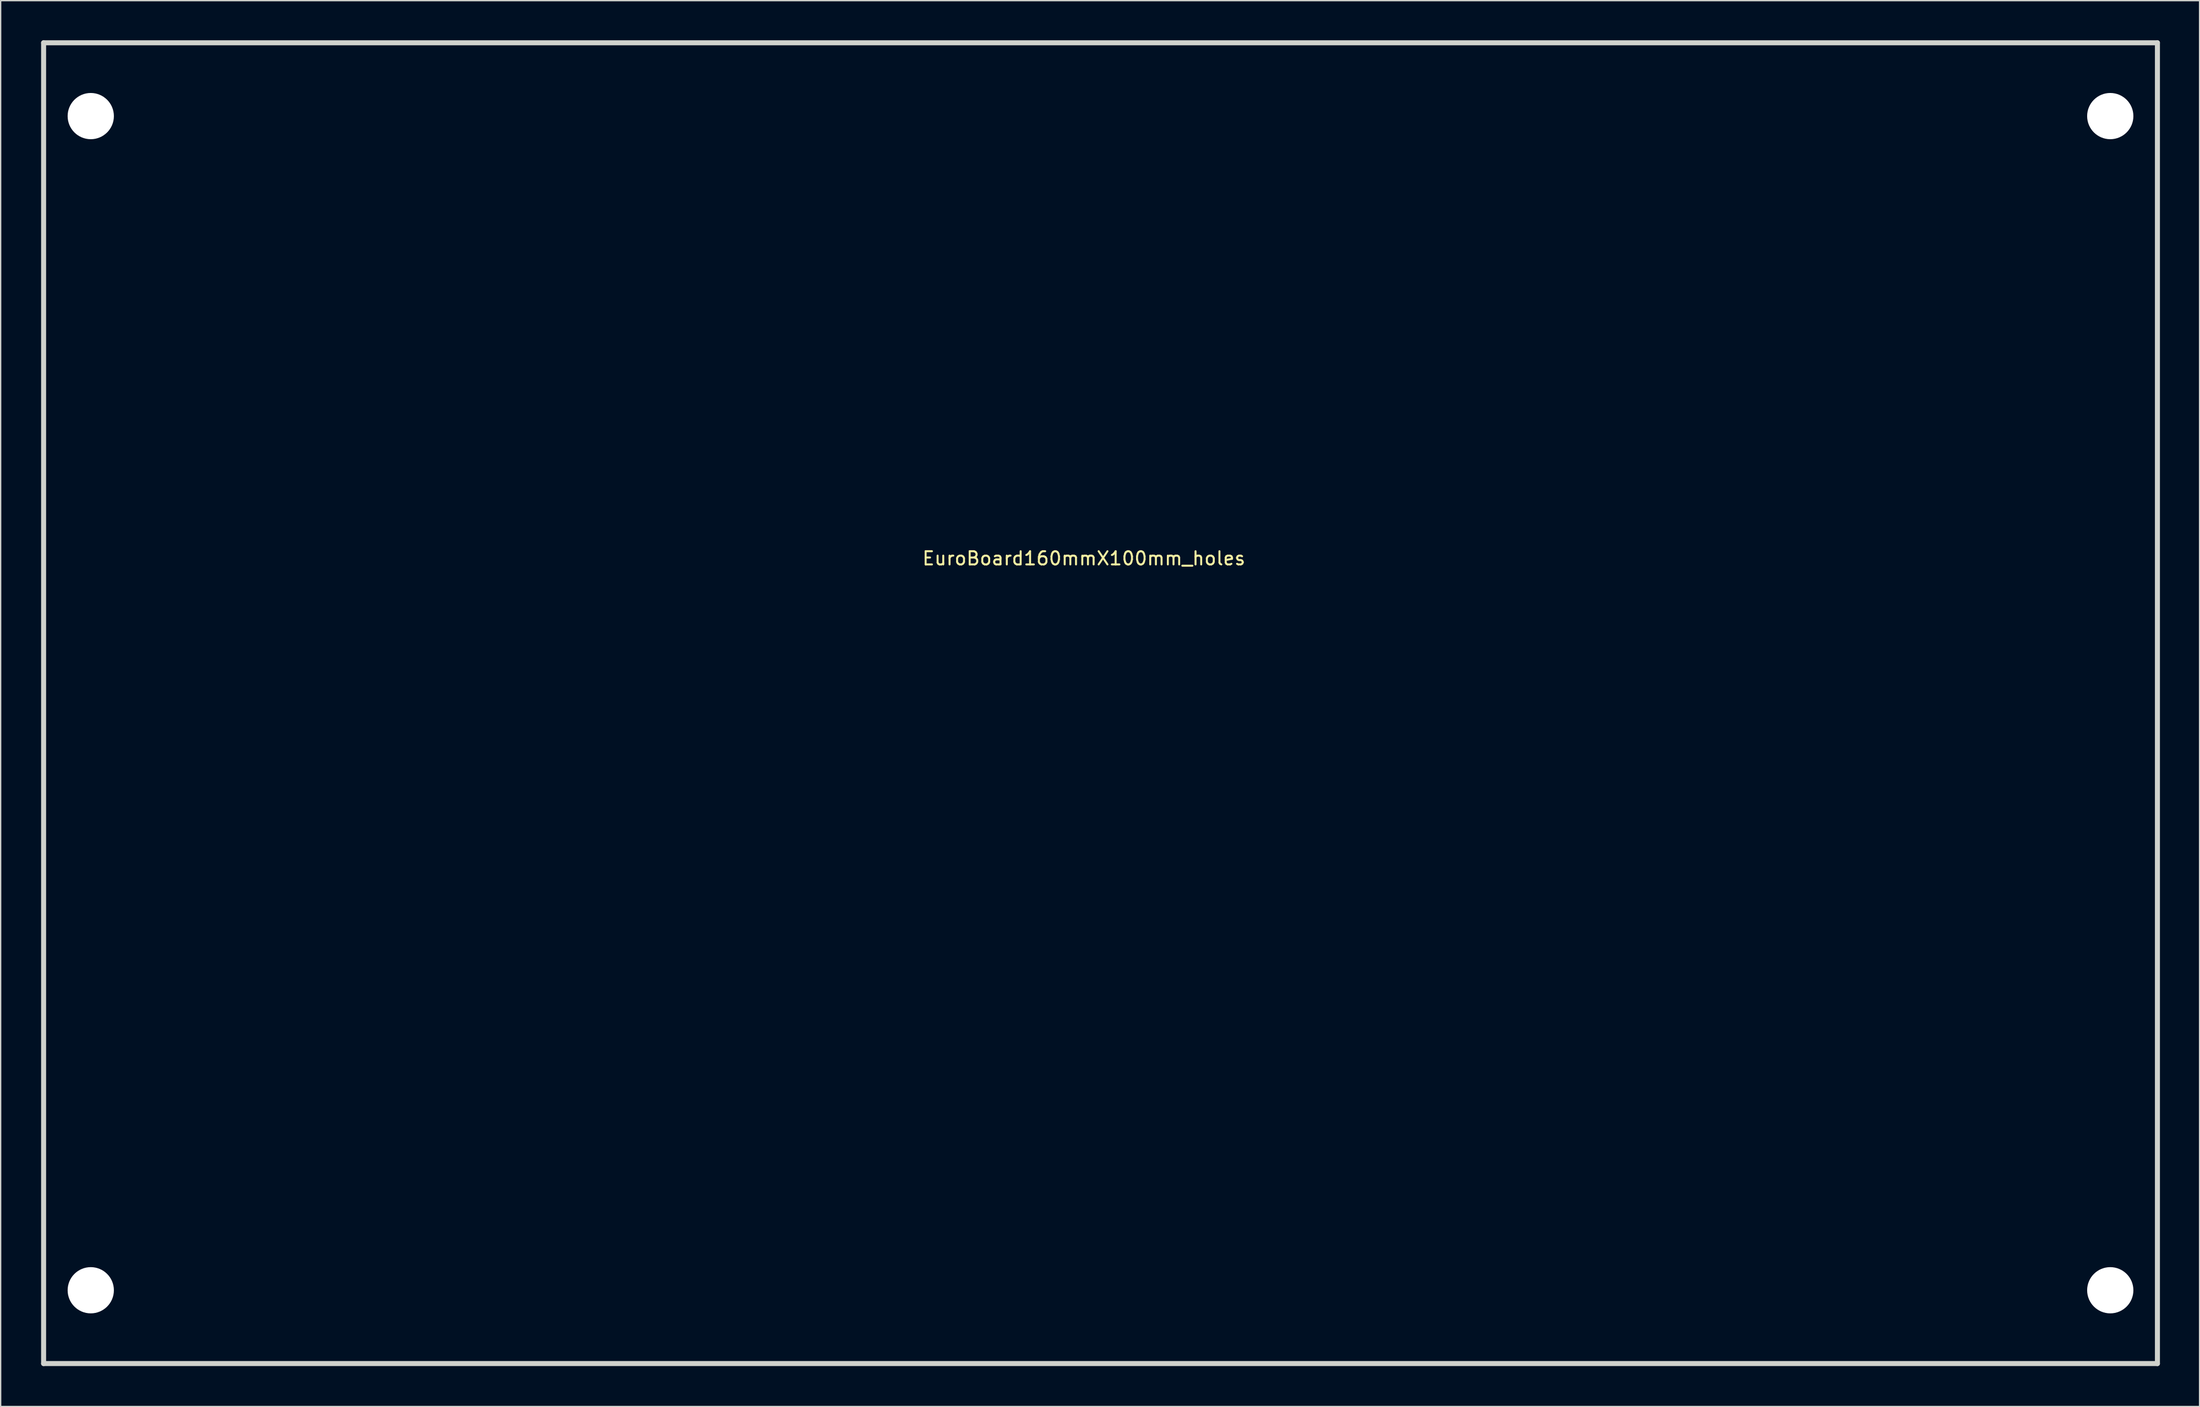
<source format=kicad_pcb>
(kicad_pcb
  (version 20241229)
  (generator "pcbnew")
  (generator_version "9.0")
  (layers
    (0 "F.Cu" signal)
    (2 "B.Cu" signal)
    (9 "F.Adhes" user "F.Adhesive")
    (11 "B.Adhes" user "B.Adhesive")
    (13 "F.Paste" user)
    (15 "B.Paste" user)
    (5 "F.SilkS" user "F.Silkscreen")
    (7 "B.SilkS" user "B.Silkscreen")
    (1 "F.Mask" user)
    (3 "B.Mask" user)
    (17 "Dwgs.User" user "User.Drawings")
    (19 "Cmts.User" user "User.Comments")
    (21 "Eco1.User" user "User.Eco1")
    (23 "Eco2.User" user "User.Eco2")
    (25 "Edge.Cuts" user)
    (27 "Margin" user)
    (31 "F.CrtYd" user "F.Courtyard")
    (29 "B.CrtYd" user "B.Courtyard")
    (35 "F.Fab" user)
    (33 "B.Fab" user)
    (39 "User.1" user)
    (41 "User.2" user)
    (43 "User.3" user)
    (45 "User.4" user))
  (footprint "EuroBoard160mmX100mm_holes"
    (layer "F.Cu")
    (at 0.25 100.19)
    (property "Reference" "EuroBoard160mmX100mm_holes" (at 78.74 -60.96 0) (layer "F.SilkS") (effects (font (size 1 1) (thickness 0.15))))
    (attr through_hole)
    (fp_line (start 0 -100) (end 0 0) (stroke (width 0.38) (type solid)) (layer "Edge.Cuts"))
    (fp_line (start 0 0) (end 160 0) (stroke (width 0.38) (type solid)) (layer "Edge.Cuts"))
    (fp_line (start 160 -100) (end 0 -100) (stroke (width 0.38) (type solid)) (layer "Edge.Cuts"))
    (fp_line (start 160 0) (end 160 -100) (stroke (width 0.38) (type solid)) (layer "Edge.Cuts"))
    (pad "" np_thru_hole circle (at 3.57 -94.45) (size 3.5 3.5) (drill 3.5) (layers "*.Cu" "*.Mask"))
    (pad "" np_thru_hole circle (at 3.57 -5.55) (size 3.5 3.5) (drill 3.5) (layers "*.Cu" "*.Mask"))
    (pad "" np_thru_hole circle (at 156.43 -94.45) (size 3.5 3.5) (drill 3.5) (layers "*.Cu" "*.Mask"))
    (pad "" np_thru_hole circle (at 156.43 -5.55) (size 3.5 3.5) (drill 3.5) (layers "*.Cu" "*.Mask")))
  (gr_rect
    (start -3 -3)
    (end 163.44 103.44)
    (stroke (width 0.1) (type default))
    (fill no)
    (layer "Edge.Cuts")))
</source>
